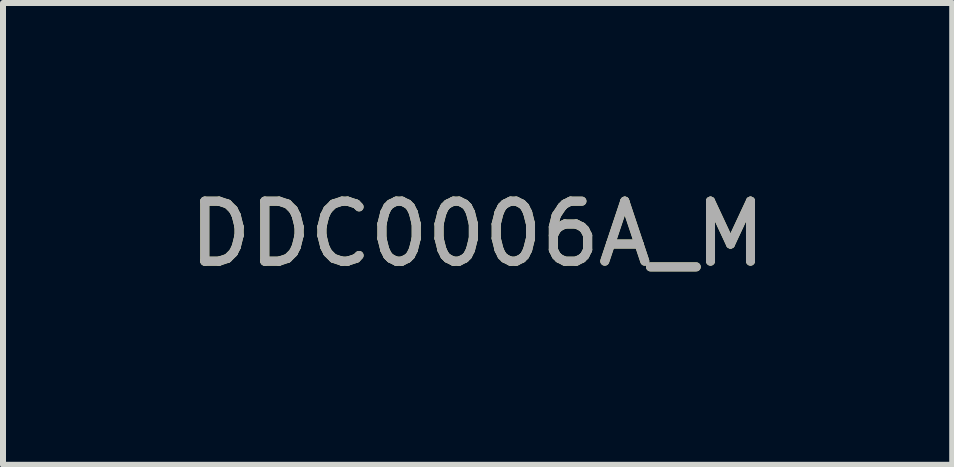
<source format=kicad_pcb>
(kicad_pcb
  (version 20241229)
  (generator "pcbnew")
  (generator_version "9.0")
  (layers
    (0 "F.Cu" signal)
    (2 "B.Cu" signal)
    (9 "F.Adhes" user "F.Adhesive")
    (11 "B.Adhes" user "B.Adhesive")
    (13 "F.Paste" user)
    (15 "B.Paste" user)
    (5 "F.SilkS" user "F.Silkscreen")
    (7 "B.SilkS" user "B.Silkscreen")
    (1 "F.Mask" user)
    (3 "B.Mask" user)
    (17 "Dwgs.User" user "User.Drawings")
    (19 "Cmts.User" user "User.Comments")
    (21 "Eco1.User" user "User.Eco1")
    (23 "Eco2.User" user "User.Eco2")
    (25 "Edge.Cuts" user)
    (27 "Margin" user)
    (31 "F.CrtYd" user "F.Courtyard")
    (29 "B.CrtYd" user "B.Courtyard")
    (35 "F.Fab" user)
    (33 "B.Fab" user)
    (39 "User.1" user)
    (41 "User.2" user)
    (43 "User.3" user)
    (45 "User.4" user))
  (footprint "DDC0006A_M"
    (layer "F.Cu")
    (at 4.911 0.848)
    (property "Reference" "DDC0006A_M" (at 0 0 0) (unlocked yes) (layer "F.SilkS") (effects (font (size 1 1) (thickness 0.15))))
    (fp_text user "${REFERENCE}" (at 0 0 0) (unlocked yes) (layer "F.Fab") (effects (font (size 1 1) (thickness 0.15)))))
  (gr_rect
    (start -3 -3)
    (end 12.821 4.697)
    (stroke (width 0.1) (type default))
    (fill no)
    (layer "Edge.Cuts")))
</source>
